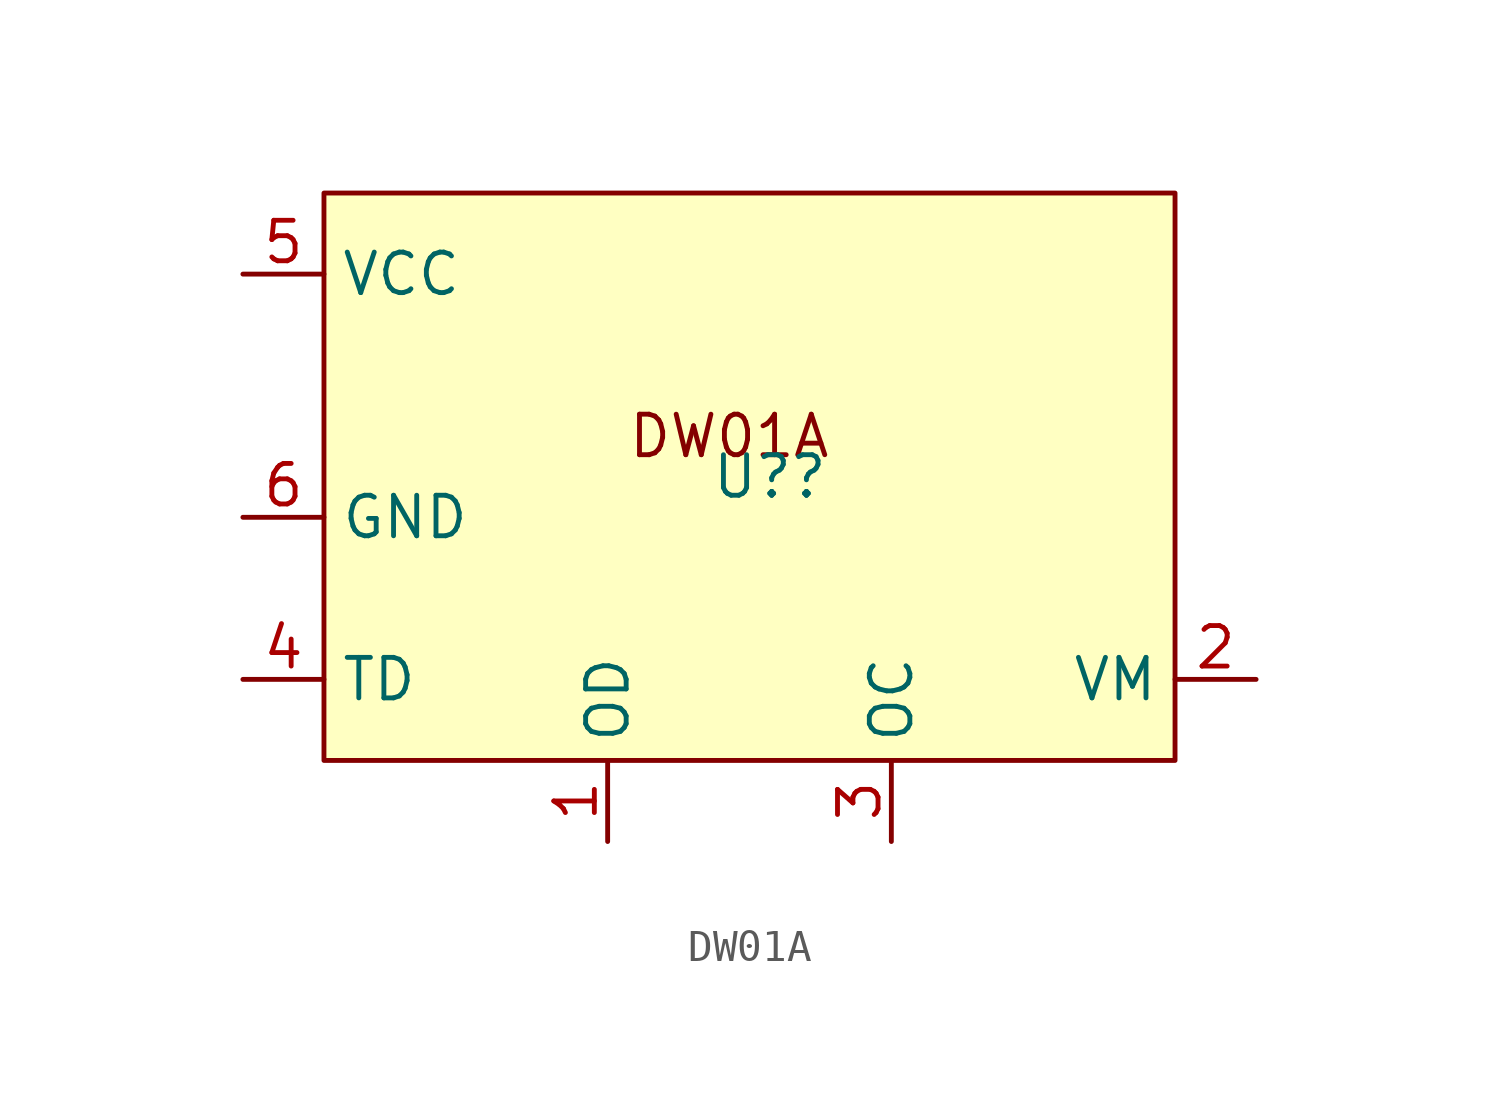
<source format=kicad_sym>
(kicad_symbol_lib
  (version 20220914)
  (generator kicad_symbol_editor)
  (symbol "DW01A"
    (property "Reference" "U?"
      (at 1.27 0 0)
      (effects (font (size 1.27 1.27))))
    (symbol "DW01A_1_1"
      (rectangle (start -12.7 8.89) (end 13.97 -8.89) (stroke (width 0) (type default)) (fill (type background)))
      (text "DW01A" (at 0 1.27 0) (effects (font (size 1.27 1.27))))
      (pin input line (at -3.81 -11.43 90) (length 2.54) (name "OD" (effects (font (size 1.27 1.27)))) (number "1" (effects (font (size 1.27 1.27)))))
      (pin input line (at 16.51 -6.35 180) (length 2.54) (name "VM" (effects (font (size 1.27 1.27)))) (number "2" (effects (font (size 1.27 1.27)))))
      (pin input line (at 5.08 -11.43 90) (length 2.54) (name "OC" (effects (font (size 1.27 1.27)))) (number "3" (effects (font (size 1.27 1.27)))))
      (pin input line (at -15.24 -6.35 0) (length 2.54) (name "TD" (effects (font (size 1.27 1.27)))) (number "4" (effects (font (size 1.27 1.27)))))
      (pin input line (at -15.24 6.35 0) (length 2.54) (name "VCC" (effects (font (size 1.27 1.27)))) (number "5" (effects (font (size 1.27 1.27)))))
      (pin input line (at -15.24 -1.27 0) (length 2.54) (name "GND" (effects (font (size 1.27 1.27)))) (number "6" (effects (font (size 1.27 1.27))))))))
</source>
